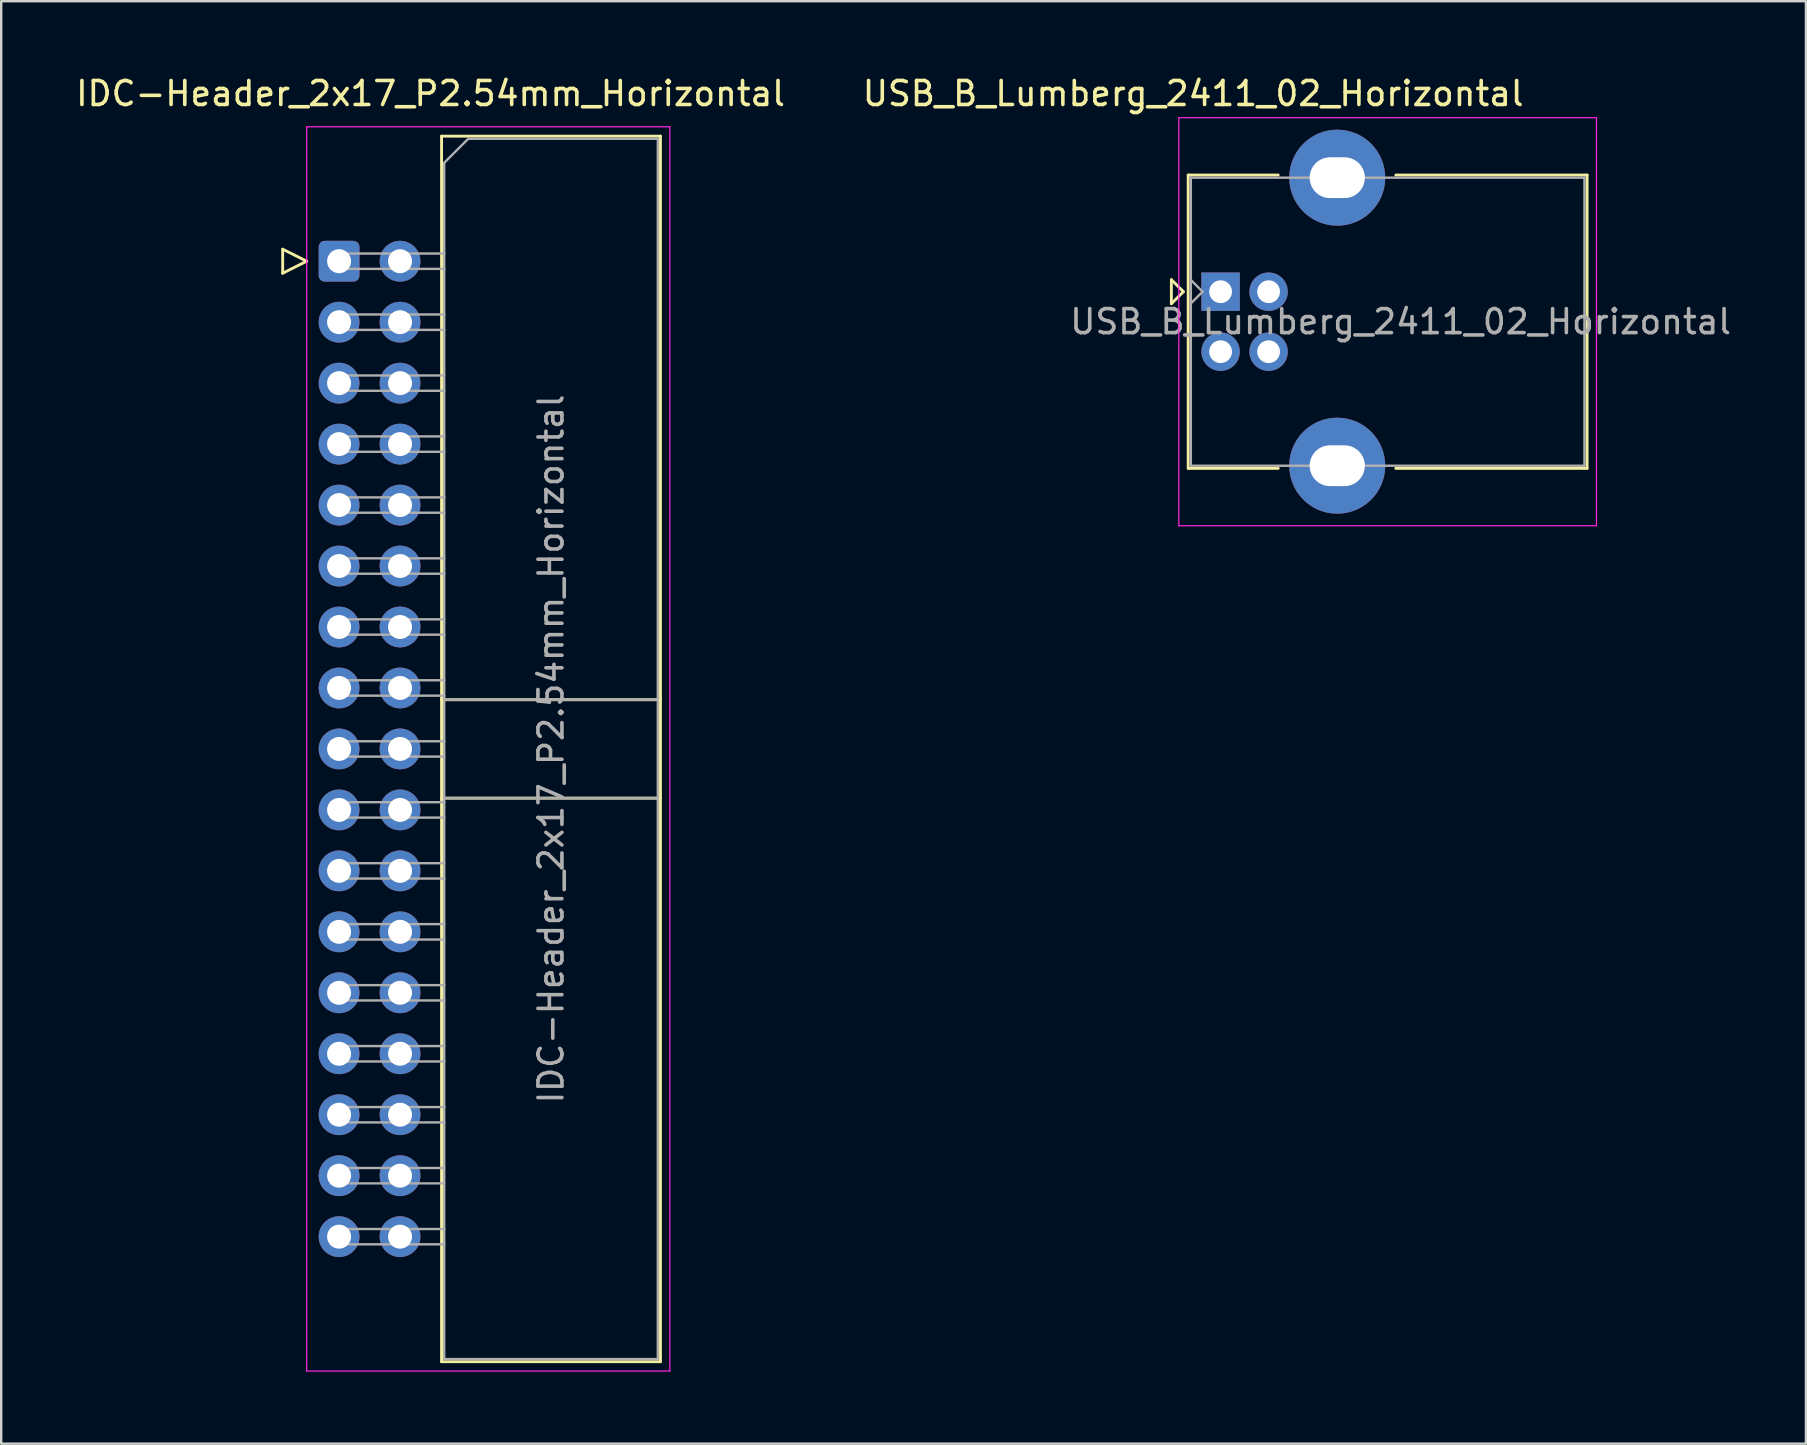
<source format=kicad_pcb>
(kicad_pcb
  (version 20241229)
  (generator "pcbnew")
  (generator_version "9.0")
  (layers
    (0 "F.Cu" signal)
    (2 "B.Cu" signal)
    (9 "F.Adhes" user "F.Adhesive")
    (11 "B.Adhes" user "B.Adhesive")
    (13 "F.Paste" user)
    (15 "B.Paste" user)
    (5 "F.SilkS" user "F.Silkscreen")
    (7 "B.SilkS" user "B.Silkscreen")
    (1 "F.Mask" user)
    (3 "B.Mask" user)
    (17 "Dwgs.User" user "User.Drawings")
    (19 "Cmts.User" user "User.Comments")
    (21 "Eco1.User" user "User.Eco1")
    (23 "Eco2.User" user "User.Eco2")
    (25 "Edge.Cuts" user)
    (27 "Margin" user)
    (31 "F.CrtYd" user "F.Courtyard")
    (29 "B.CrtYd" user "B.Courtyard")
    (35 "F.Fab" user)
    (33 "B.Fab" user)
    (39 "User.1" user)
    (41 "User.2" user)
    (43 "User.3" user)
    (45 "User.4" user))
  (footprint "IDC-Header_2x17_P2.54mm_Horizontal"
    (layer "F.Cu")
    (at 11.077 7.833)
    (property "Reference" "IDC-Header_2x17_P2.54mm_Horizontal" (at 3.81 -6.985 180) (layer "F.SilkS") (effects (font (size 1 1) (thickness 0.15))))
    (attr through_hole)
    (fp_line (start -2.35 -0.5) (end -2.35 0.5) (stroke (width 0.12) (type solid)) (layer "F.SilkS"))
    (fp_line (start -2.35 0.5) (end -1.35 0) (stroke (width 0.12) (type solid)) (layer "F.SilkS"))
    (fp_line (start -1.35 0) (end -2.35 -0.5) (stroke (width 0.12) (type solid)) (layer "F.SilkS"))
    (fp_line (start 4.27 -5.21) (end 13.39 -5.21) (stroke (width 0.12) (type solid)) (layer "F.SilkS"))
    (fp_line (start 4.27 18.27) (end 13.39 18.27) (stroke (width 0.12) (type solid)) (layer "F.SilkS"))
    (fp_line (start 4.27 22.37) (end 13.39 22.37) (stroke (width 0.12) (type solid)) (layer "F.SilkS"))
    (fp_line (start 4.27 45.85) (end 4.27 -5.21) (stroke (width 0.12) (type solid)) (layer "F.SilkS"))
    (fp_line (start 13.39 -5.21) (end 13.39 45.85) (stroke (width 0.12) (type solid)) (layer "F.SilkS"))
    (fp_line (start 13.39 45.85) (end 4.27 45.85) (stroke (width 0.12) (type solid)) (layer "F.SilkS"))
    (fp_line (start -1.35 -5.6) (end -1.35 46.24) (stroke (width 0.05) (type solid)) (layer "F.CrtYd"))
    (fp_line (start -1.35 46.24) (end 13.78 46.24) (stroke (width 0.05) (type solid)) (layer "F.CrtYd"))
    (fp_line (start 13.78 -5.6) (end -1.35 -5.6) (stroke (width 0.05) (type solid)) (layer "F.CrtYd"))
    (fp_line (start 13.78 46.24) (end 13.78 -5.6) (stroke (width 0.05) (type solid)) (layer "F.CrtYd"))
    (fp_line (start -0.32 -0.32) (end -0.32 0.32) (stroke (width 0.1) (type solid)) (layer "F.Fab"))
    (fp_line (start -0.32 0.32) (end 4.38 0.32) (stroke (width 0.1) (type solid)) (layer "F.Fab"))
    (fp_line (start -0.32 2.22) (end -0.32 2.86) (stroke (width 0.1) (type solid)) (layer "F.Fab"))
    (fp_line (start -0.32 2.86) (end 4.38 2.86) (stroke (width 0.1) (type solid)) (layer "F.Fab"))
    (fp_line (start -0.32 4.76) (end -0.32 5.4) (stroke (width 0.1) (type solid)) (layer "F.Fab"))
    (fp_line (start -0.32 5.4) (end 4.38 5.4) (stroke (width 0.1) (type solid)) (layer "F.Fab"))
    (fp_line (start -0.32 7.3) (end -0.32 7.94) (stroke (width 0.1) (type solid)) (layer "F.Fab"))
    (fp_line (start -0.32 7.94) (end 4.38 7.94) (stroke (width 0.1) (type solid)) (layer "F.Fab"))
    (fp_line (start -0.32 9.84) (end -0.32 10.48) (stroke (width 0.1) (type solid)) (layer "F.Fab"))
    (fp_line (start -0.32 10.48) (end 4.38 10.48) (stroke (width 0.1) (type solid)) (layer "F.Fab"))
    (fp_line (start -0.32 12.38) (end -0.32 13.02) (stroke (width 0.1) (type solid)) (layer "F.Fab"))
    (fp_line (start -0.32 13.02) (end 4.38 13.02) (stroke (width 0.1) (type solid)) (layer "F.Fab"))
    (fp_line (start -0.32 14.92) (end -0.32 15.56) (stroke (width 0.1) (type solid)) (layer "F.Fab"))
    (fp_line (start -0.32 15.56) (end 4.38 15.56) (stroke (width 0.1) (type solid)) (layer "F.Fab"))
    (fp_line (start -0.32 17.46) (end -0.32 18.1) (stroke (width 0.1) (type solid)) (layer "F.Fab"))
    (fp_line (start -0.32 18.1) (end 4.38 18.1) (stroke (width 0.1) (type solid)) (layer "F.Fab"))
    (fp_line (start -0.32 20) (end -0.32 20.64) (stroke (width 0.1) (type solid)) (layer "F.Fab"))
    (fp_line (start -0.32 20.64) (end 4.38 20.64) (stroke (width 0.1) (type solid)) (layer "F.Fab"))
    (fp_line (start -0.32 22.54) (end -0.32 23.18) (stroke (width 0.1) (type solid)) (layer "F.Fab"))
    (fp_line (start -0.32 23.18) (end 4.38 23.18) (stroke (width 0.1) (type solid)) (layer "F.Fab"))
    (fp_line (start -0.32 25.08) (end -0.32 25.72) (stroke (width 0.1) (type solid)) (layer "F.Fab"))
    (fp_line (start -0.32 25.72) (end 4.38 25.72) (stroke (width 0.1) (type solid)) (layer "F.Fab"))
    (fp_line (start -0.32 27.62) (end -0.32 28.26) (stroke (width 0.1) (type solid)) (layer "F.Fab"))
    (fp_line (start -0.32 28.26) (end 4.38 28.26) (stroke (width 0.1) (type solid)) (layer "F.Fab"))
    (fp_line (start -0.32 30.16) (end -0.32 30.8) (stroke (width 0.1) (type solid)) (layer "F.Fab"))
    (fp_line (start -0.32 30.8) (end 4.38 30.8) (stroke (width 0.1) (type solid)) (layer "F.Fab"))
    (fp_line (start -0.32 32.7) (end -0.32 33.34) (stroke (width 0.1) (type solid)) (layer "F.Fab"))
    (fp_line (start -0.32 33.34) (end 4.38 33.34) (stroke (width 0.1) (type solid)) (layer "F.Fab"))
    (fp_line (start -0.32 35.24) (end -0.32 35.88) (stroke (width 0.1) (type solid)) (layer "F.Fab"))
    (fp_line (start -0.32 35.88) (end 4.38 35.88) (stroke (width 0.1) (type solid)) (layer "F.Fab"))
    (fp_line (start -0.32 37.78) (end -0.32 38.42) (stroke (width 0.1) (type solid)) (layer "F.Fab"))
    (fp_line (start -0.32 38.42) (end 4.38 38.42) (stroke (width 0.1) (type solid)) (layer "F.Fab"))
    (fp_line (start -0.32 40.32) (end -0.32 40.96) (stroke (width 0.1) (type solid)) (layer "F.Fab"))
    (fp_line (start -0.32 40.96) (end 4.38 40.96) (stroke (width 0.1) (type solid)) (layer "F.Fab"))
    (fp_line (start 4.38 -4.1) (end 5.38 -5.1) (stroke (width 0.1) (type solid)) (layer "F.Fab"))
    (fp_line (start 4.38 -0.32) (end -0.32 -0.32) (stroke (width 0.1) (type solid)) (layer "F.Fab"))
    (fp_line (start 4.38 2.22) (end -0.32 2.22) (stroke (width 0.1) (type solid)) (layer "F.Fab"))
    (fp_line (start 4.38 4.76) (end -0.32 4.76) (stroke (width 0.1) (type solid)) (layer "F.Fab"))
    (fp_line (start 4.38 7.3) (end -0.32 7.3) (stroke (width 0.1) (type solid)) (layer "F.Fab"))
    (fp_line (start 4.38 9.84) (end -0.32 9.84) (stroke (width 0.1) (type solid)) (layer "F.Fab"))
    (fp_line (start 4.38 12.38) (end -0.32 12.38) (stroke (width 0.1) (type solid)) (layer "F.Fab"))
    (fp_line (start 4.38 14.92) (end -0.32 14.92) (stroke (width 0.1) (type solid)) (layer "F.Fab"))
    (fp_line (start 4.38 17.46) (end -0.32 17.46) (stroke (width 0.1) (type solid)) (layer "F.Fab"))
    (fp_line (start 4.38 18.27) (end 13.28 18.27) (stroke (width 0.1) (type solid)) (layer "F.Fab"))
    (fp_line (start 4.38 20) (end -0.32 20) (stroke (width 0.1) (type solid)) (layer "F.Fab"))
    (fp_line (start 4.38 22.37) (end 13.28 22.37) (stroke (width 0.1) (type solid)) (layer "F.Fab"))
    (fp_line (start 4.38 22.54) (end -0.32 22.54) (stroke (width 0.1) (type solid)) (layer "F.Fab"))
    (fp_line (start 4.38 25.08) (end -0.32 25.08) (stroke (width 0.1) (type solid)) (layer "F.Fab"))
    (fp_line (start 4.38 27.62) (end -0.32 27.62) (stroke (width 0.1) (type solid)) (layer "F.Fab"))
    (fp_line (start 4.38 30.16) (end -0.32 30.16) (stroke (width 0.1) (type solid)) (layer "F.Fab"))
    (fp_line (start 4.38 32.7) (end -0.32 32.7) (stroke (width 0.1) (type solid)) (layer "F.Fab"))
    (fp_line (start 4.38 35.24) (end -0.32 35.24) (stroke (width 0.1) (type solid)) (layer "F.Fab"))
    (fp_line (start 4.38 37.78) (end -0.32 37.78) (stroke (width 0.1) (type solid)) (layer "F.Fab"))
    (fp_line (start 4.38 40.32) (end -0.32 40.32) (stroke (width 0.1) (type solid)) (layer "F.Fab"))
    (fp_line (start 4.38 45.74) (end 4.38 -4.1) (stroke (width 0.1) (type solid)) (layer "F.Fab"))
    (fp_line (start 5.38 -5.1) (end 13.28 -5.1) (stroke (width 0.1) (type solid)) (layer "F.Fab"))
    (fp_line (start 13.28 -5.1) (end 13.28 45.74) (stroke (width 0.1) (type solid)) (layer "F.Fab"))
    (fp_line (start 13.28 45.74) (end 4.38 45.74) (stroke (width 0.1) (type solid)) (layer "F.Fab"))
    (fp_text user "${REFERENCE}" (at 8.83 20.32 90) (layer "F.Fab") (effects (font (size 1 1) (thickness 0.15))))
    (pad "1" thru_hole roundrect (at 0 0) (size 1.7 1.7) (drill 1) (layers "*.Cu" "*.Mask") (roundrect_rratio 0.147))
    (pad "2" thru_hole circle (at 2.54 0) (size 1.7 1.7) (drill 1) (layers "*.Cu" "*.Mask"))
    (pad "3" thru_hole circle (at 0 2.54) (size 1.7 1.7) (drill 1) (layers "*.Cu" "*.Mask"))
    (pad "4" thru_hole circle (at 2.54 2.54) (size 1.7 1.7) (drill 1) (layers "*.Cu" "*.Mask"))
    (pad "5" thru_hole circle (at 0 5.08) (size 1.7 1.7) (drill 1) (layers "*.Cu" "*.Mask"))
    (pad "6" thru_hole circle (at 2.54 5.08) (size 1.7 1.7) (drill 1) (layers "*.Cu" "*.Mask"))
    (pad "7" thru_hole circle (at 0 7.62) (size 1.7 1.7) (drill 1) (layers "*.Cu" "*.Mask"))
    (pad "8" thru_hole circle (at 2.54 7.62) (size 1.7 1.7) (drill 1) (layers "*.Cu" "*.Mask"))
    (pad "9" thru_hole circle (at 0 10.16) (size 1.7 1.7) (drill 1) (layers "*.Cu" "*.Mask"))
    (pad "10" thru_hole circle (at 2.54 10.16) (size 1.7 1.7) (drill 1) (layers "*.Cu" "*.Mask"))
    (pad "11" thru_hole circle (at 0 12.7) (size 1.7 1.7) (drill 1) (layers "*.Cu" "*.Mask"))
    (pad "12" thru_hole circle (at 2.54 12.7) (size 1.7 1.7) (drill 1) (layers "*.Cu" "*.Mask"))
    (pad "13" thru_hole circle (at 0 15.24) (size 1.7 1.7) (drill 1) (layers "*.Cu" "*.Mask"))
    (pad "14" thru_hole circle (at 2.54 15.24) (size 1.7 1.7) (drill 1) (layers "*.Cu" "*.Mask"))
    (pad "15" thru_hole circle (at 0 17.78) (size 1.7 1.7) (drill 1) (layers "*.Cu" "*.Mask"))
    (pad "16" thru_hole circle (at 2.54 17.78) (size 1.7 1.7) (drill 1) (layers "*.Cu" "*.Mask"))
    (pad "17" thru_hole circle (at 0 20.32) (size 1.7 1.7) (drill 1) (layers "*.Cu" "*.Mask"))
    (pad "18" thru_hole circle (at 2.54 20.32) (size 1.7 1.7) (drill 1) (layers "*.Cu" "*.Mask"))
    (pad "19" thru_hole circle (at 0 22.86) (size 1.7 1.7) (drill 1) (layers "*.Cu" "*.Mask"))
    (pad "20" thru_hole circle (at 2.54 22.86) (size 1.7 1.7) (drill 1) (layers "*.Cu" "*.Mask"))
    (pad "21" thru_hole circle (at 0 25.4) (size 1.7 1.7) (drill 1) (layers "*.Cu" "*.Mask"))
    (pad "22" thru_hole circle (at 2.54 25.4) (size 1.7 1.7) (drill 1) (layers "*.Cu" "*.Mask"))
    (pad "23" thru_hole circle (at 0 27.94) (size 1.7 1.7) (drill 1) (layers "*.Cu" "*.Mask"))
    (pad "24" thru_hole circle (at 2.54 27.94) (size 1.7 1.7) (drill 1) (layers "*.Cu" "*.Mask"))
    (pad "25" thru_hole circle (at 0 30.48) (size 1.7 1.7) (drill 1) (layers "*.Cu" "*.Mask"))
    (pad "26" thru_hole circle (at 2.54 30.48) (size 1.7 1.7) (drill 1) (layers "*.Cu" "*.Mask"))
    (pad "27" thru_hole circle (at 0 33.02) (size 1.7 1.7) (drill 1) (layers "*.Cu" "*.Mask"))
    (pad "28" thru_hole circle (at 2.54 33.02) (size 1.7 1.7) (drill 1) (layers "*.Cu" "*.Mask"))
    (pad "29" thru_hole circle (at 0 35.56) (size 1.7 1.7) (drill 1) (layers "*.Cu" "*.Mask"))
    (pad "30" thru_hole circle (at 2.54 35.56) (size 1.7 1.7) (drill 1) (layers "*.Cu" "*.Mask"))
    (pad "31" thru_hole circle (at 0 38.1) (size 1.7 1.7) (drill 1) (layers "*.Cu" "*.Mask"))
    (pad "32" thru_hole circle (at 2.54 38.1) (size 1.7 1.7) (drill 1) (layers "*.Cu" "*.Mask"))
    (pad "33" thru_hole circle (at 0 40.64) (size 1.7 1.7) (drill 1) (layers "*.Cu" "*.Mask"))
    (pad "34" thru_hole circle (at 2.54 40.64) (size 1.7 1.7) (drill 1) (layers "*.Cu" "*.Mask")))
  (footprint "USB_B_Lumberg_2411_02_Horizontal"
    (layer "F.Cu")
    (at 47.804 9.103)
    (property "Reference" "USB_B_Lumberg_2411_02_Horizontal" (at -1.143 -8.255 0) (layer "F.SilkS") (effects (font (size 1 1) (thickness 0.15))))
    (attr through_hole)
    (fp_line (start -2.05 -0.5) (end -2.05 0.5) (stroke (width 0.12) (type solid)) (layer "F.SilkS"))
    (fp_line (start -2.05 0.5) (end -1.55 0) (stroke (width 0.12) (type solid)) (layer "F.SilkS"))
    (fp_line (start -1.55 0) (end -2.05 -0.5) (stroke (width 0.12) (type solid)) (layer "F.SilkS"))
    (fp_line (start -1.35 -4.86) (end 2.4 -4.86) (stroke (width 0.12) (type solid)) (layer "F.SilkS"))
    (fp_line (start -1.35 7.36) (end -1.35 -4.86) (stroke (width 0.12) (type solid)) (layer "F.SilkS"))
    (fp_line (start -1.35 7.36) (end 2.4 7.36) (stroke (width 0.12) (type solid)) (layer "F.SilkS"))
    (fp_line (start 15.27 -4.86) (end 7.3 -4.86) (stroke (width 0.12) (type solid)) (layer "F.SilkS"))
    (fp_line (start 15.27 7.36) (end 7.3 7.36) (stroke (width 0.12) (type solid)) (layer "F.SilkS"))
    (fp_line (start 15.27 7.36) (end 15.27 -4.86) (stroke (width 0.12) (type solid)) (layer "F.SilkS"))
    (fp_line (start -1.74 -7.25) (end -1.74 9.75) (stroke (width 0.05) (type solid)) (layer "F.CrtYd"))
    (fp_line (start -1.74 9.75) (end 15.66 9.75) (stroke (width 0.05) (type solid)) (layer "F.CrtYd"))
    (fp_line (start 15.66 -7.25) (end -1.74 -7.25) (stroke (width 0.05) (type solid)) (layer "F.CrtYd"))
    (fp_line (start 15.66 9.75) (end 15.66 -7.25) (stroke (width 0.05) (type solid)) (layer "F.CrtYd"))
    (fp_line (start -1.24 -4.75) (end 15.16 -4.75) (stroke (width 0.1) (type solid)) (layer "F.Fab"))
    (fp_line (start -1.24 0.49) (end -0.75 0) (stroke (width 0.1) (type solid)) (layer "F.Fab"))
    (fp_line (start -1.24 7.25) (end -1.24 -4.75) (stroke (width 0.1) (type solid)) (layer "F.Fab"))
    (fp_line (start -0.75 0) (end -1.24 -0.49) (stroke (width 0.1) (type solid)) (layer "F.Fab"))
    (fp_line (start 15.16 -4.75) (end 15.16 7.25) (stroke (width 0.1) (type solid)) (layer "F.Fab"))
    (fp_line (start 15.16 7.25) (end -1.24 7.25) (stroke (width 0.1) (type solid)) (layer "F.Fab"))
    (fp_text user "${REFERENCE}" (at 7.5 1.25 180) (layer "F.Fab") (effects (font (size 1 1) (thickness 0.15))))
    (pad "1" thru_hole rect (at 0 0 90) (size 1.6 1.6) (drill 0.95) (layers "*.Cu" "*.Mask"))
    (pad "2" thru_hole circle (at 0 2.5 90) (size 1.6 1.6) (drill 0.95) (layers "*.Cu" "*.Mask"))
    (pad "3" thru_hole circle (at 2 2.5 90) (size 1.6 1.6) (drill 0.95) (layers "*.Cu" "*.Mask"))
    (pad "4" thru_hole circle (at 2 0 90) (size 1.6 1.6) (drill 0.95) (layers "*.Cu" "*.Mask"))
    (pad "5" thru_hole circle (at 4.86 -4.75 90) (size 4 4) (drill oval 1.7 2.3) (layers "*.Cu" "*.Mask"))
    (pad "5" thru_hole circle (at 4.86 7.25 90) (size 4 4) (drill oval 1.7 2.3) (layers "*.Cu" "*.Mask")))
  (gr_rect
    (start -3 -3)
    (end 72.191 57.098)
    (stroke (width 0.1) (type default))
    (fill no)
    (layer "Edge.Cuts")))
</source>
